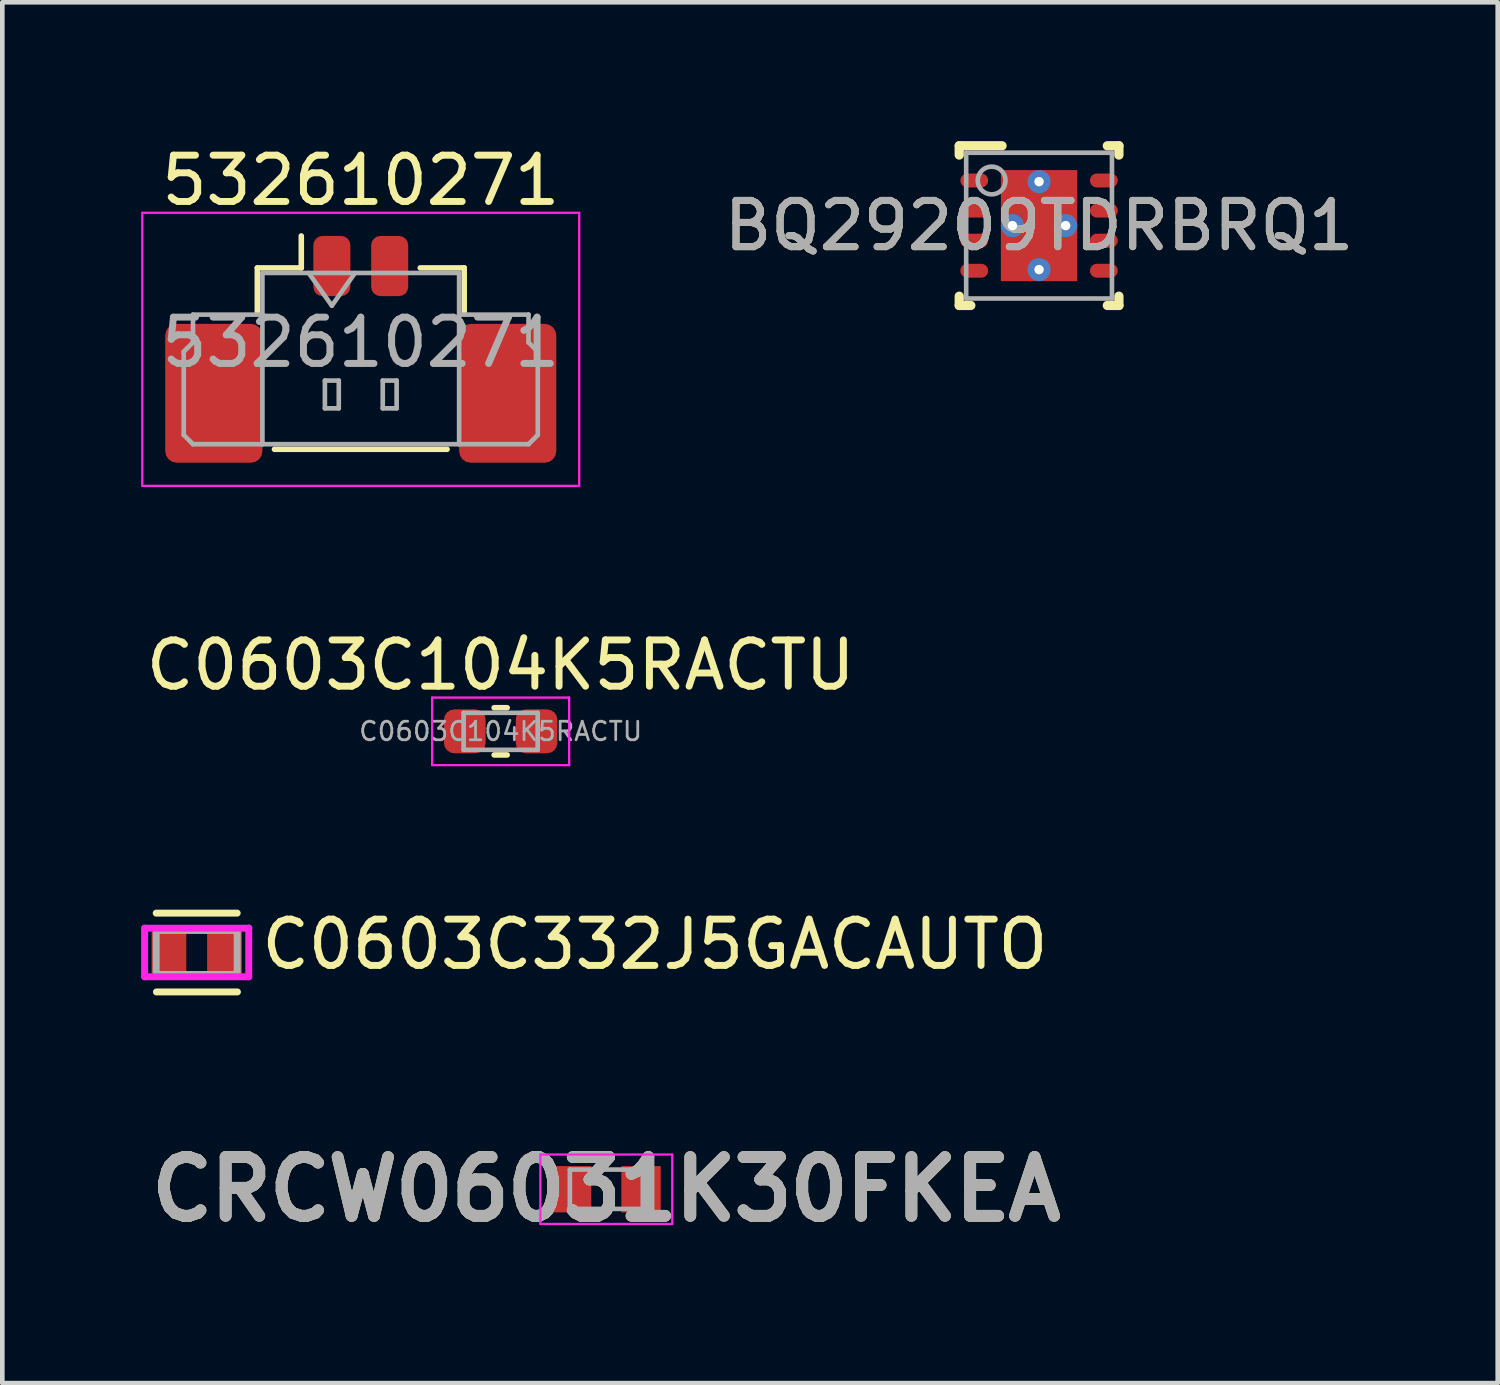
<source format=kicad_pcb>
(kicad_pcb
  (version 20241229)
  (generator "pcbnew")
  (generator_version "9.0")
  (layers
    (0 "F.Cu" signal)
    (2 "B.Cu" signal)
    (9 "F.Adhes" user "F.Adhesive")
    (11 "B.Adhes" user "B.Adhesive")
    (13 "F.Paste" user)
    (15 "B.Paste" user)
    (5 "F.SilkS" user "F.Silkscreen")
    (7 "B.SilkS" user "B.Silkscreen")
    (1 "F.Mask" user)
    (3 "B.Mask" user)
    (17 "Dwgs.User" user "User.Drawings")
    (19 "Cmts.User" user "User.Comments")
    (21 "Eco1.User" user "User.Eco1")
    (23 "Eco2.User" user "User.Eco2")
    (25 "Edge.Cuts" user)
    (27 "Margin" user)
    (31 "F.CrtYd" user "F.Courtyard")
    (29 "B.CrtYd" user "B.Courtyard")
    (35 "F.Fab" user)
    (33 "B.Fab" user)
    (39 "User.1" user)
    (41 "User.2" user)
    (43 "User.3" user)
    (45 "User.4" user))
  (footprint "C0603C104K5RACTU"
    (layer "F.Cu")
    (at 7.768 12.752)
    (property "Reference" "C0603C104K5RACTU" (at 0 -1.43 0) (layer "F.SilkS") (effects (font (size 1 1) (thickness 0.15))))
    (attr smd)
    (fp_line (start -0.141 -0.51) (end 0.141 -0.51) (stroke (width 0.12) (type solid)) (layer "F.SilkS"))
    (fp_line (start -0.141 0.51) (end 0.141 0.51) (stroke (width 0.12) (type solid)) (layer "F.SilkS"))
    (fp_line (start -1.48 -0.73) (end 1.48 -0.73) (stroke (width 0.05) (type solid)) (layer "F.CrtYd"))
    (fp_line (start -1.48 0.73) (end -1.48 -0.73) (stroke (width 0.05) (type solid)) (layer "F.CrtYd"))
    (fp_line (start 1.48 -0.73) (end 1.48 0.73) (stroke (width 0.05) (type solid)) (layer "F.CrtYd"))
    (fp_line (start 1.48 0.73) (end -1.48 0.73) (stroke (width 0.05) (type solid)) (layer "F.CrtYd"))
    (fp_line (start -0.8 -0.4) (end 0.8 -0.4) (stroke (width 0.1) (type solid)) (layer "F.Fab"))
    (fp_line (start -0.8 0.4) (end -0.8 -0.4) (stroke (width 0.1) (type solid)) (layer "F.Fab"))
    (fp_line (start 0.8 -0.4) (end 0.8 0.4) (stroke (width 0.1) (type solid)) (layer "F.Fab"))
    (fp_line (start 0.8 0.4) (end -0.8 0.4) (stroke (width 0.1) (type solid)) (layer "F.Fab"))
    (fp_text user "${REFERENCE}" (at 0 0 0) (layer "F.Fab") (effects (font (size 0.4 0.4) (thickness 0.06))))
    (pad "1" smd roundrect (at -0.775 0) (size 0.9 0.95) (layers "F.Cu" "F.Mask" "F.Paste") (roundrect_rratio 0.25))
    (pad "2" smd roundrect (at 0.775 0) (size 0.9 0.95) (layers "F.Cu" "F.Mask" "F.Paste") (roundrect_rratio 0.25)))
  (footprint "532610271"
    (layer "F.Cu")
    (at 4.745 3.948)
    (property "Reference" "532610271" (at 0 -3.1 0) (layer "F.SilkS") (effects (font (size 1 1) (thickness 0.15))))
    (attr smd)
    (fp_line (start -2.235 -1.21) (end -1.285 -1.21) (stroke (width 0.12) (type solid)) (layer "F.SilkS"))
    (fp_line (start -2.235 -0.26) (end -2.235 -1.21) (stroke (width 0.12) (type solid)) (layer "F.SilkS"))
    (fp_line (start -1.865 2.71) (end 1.865 2.71) (stroke (width 0.12) (type solid)) (layer "F.SilkS"))
    (fp_line (start -1.285 -1.21) (end -1.285 -1.9) (stroke (width 0.12) (type solid)) (layer "F.SilkS"))
    (fp_line (start 2.235 -1.21) (end 1.285 -1.21) (stroke (width 0.12) (type solid)) (layer "F.SilkS"))
    (fp_line (start 2.235 -0.26) (end 2.235 -1.21) (stroke (width 0.12) (type solid)) (layer "F.SilkS"))
    (fp_line (start -4.72 -2.4) (end -4.72 3.5) (stroke (width 0.05) (type solid)) (layer "F.CrtYd"))
    (fp_line (start -4.72 3.5) (end 4.72 3.5) (stroke (width 0.05) (type solid)) (layer "F.CrtYd"))
    (fp_line (start 4.72 -2.4) (end -4.72 -2.4) (stroke (width 0.05) (type solid)) (layer "F.CrtYd"))
    (fp_line (start 4.72 3.5) (end 4.72 -2.4) (stroke (width 0.05) (type solid)) (layer "F.CrtYd"))
    (fp_line (start -3.825 0.6) (end -3.625 0.4) (stroke (width 0.1) (type solid)) (layer "F.Fab"))
    (fp_line (start -3.825 2.4) (end -3.825 0.6) (stroke (width 0.1) (type solid)) (layer "F.Fab"))
    (fp_line (start -3.625 -0.2) (end -2.125 -0.2) (stroke (width 0.1) (type solid)) (layer "F.Fab"))
    (fp_line (start -3.625 0.4) (end -3.625 -0.2) (stroke (width 0.1) (type solid)) (layer "F.Fab"))
    (fp_line (start -3.625 2.6) (end -3.825 2.4) (stroke (width 0.1) (type solid)) (layer "F.Fab"))
    (fp_line (start -2.125 -1.1) (end -2.125 2.6) (stroke (width 0.1) (type solid)) (layer "F.Fab"))
    (fp_line (start -2.125 -1.1) (end 2.125 -1.1) (stroke (width 0.1) (type solid)) (layer "F.Fab"))
    (fp_line (start -2.125 2.6) (end -3.625 2.6) (stroke (width 0.1) (type solid)) (layer "F.Fab"))
    (fp_line (start -2.125 2.6) (end 2.125 2.6) (stroke (width 0.1) (type solid)) (layer "F.Fab"))
    (fp_line (start -1.125 -1.1) (end -0.625 -0.393) (stroke (width 0.1) (type solid)) (layer "F.Fab"))
    (fp_line (start -0.775 1.225) (end -0.775 1.825) (stroke (width 0.1) (type solid)) (layer "F.Fab"))
    (fp_line (start -0.775 1.825) (end -0.475 1.825) (stroke (width 0.1) (type solid)) (layer "F.Fab"))
    (fp_line (start -0.625 -0.393) (end -0.125 -1.1) (stroke (width 0.1) (type solid)) (layer "F.Fab"))
    (fp_line (start -0.475 1.225) (end -0.775 1.225) (stroke (width 0.1) (type solid)) (layer "F.Fab"))
    (fp_line (start -0.475 1.825) (end -0.475 1.225) (stroke (width 0.1) (type solid)) (layer "F.Fab"))
    (fp_line (start 0.475 1.225) (end 0.475 1.825) (stroke (width 0.1) (type solid)) (layer "F.Fab"))
    (fp_line (start 0.475 1.825) (end 0.775 1.825) (stroke (width 0.1) (type solid)) (layer "F.Fab"))
    (fp_line (start 0.775 1.225) (end 0.475 1.225) (stroke (width 0.1) (type solid)) (layer "F.Fab"))
    (fp_line (start 0.775 1.825) (end 0.775 1.225) (stroke (width 0.1) (type solid)) (layer "F.Fab"))
    (fp_line (start 2.125 -1.1) (end 2.125 2.6) (stroke (width 0.1) (type solid)) (layer "F.Fab"))
    (fp_line (start 2.125 2.6) (end 3.625 2.6) (stroke (width 0.1) (type solid)) (layer "F.Fab"))
    (fp_line (start 3.625 -0.2) (end 2.125 -0.2) (stroke (width 0.1) (type solid)) (layer "F.Fab"))
    (fp_line (start 3.625 0.4) (end 3.625 -0.2) (stroke (width 0.1) (type solid)) (layer "F.Fab"))
    (fp_line (start 3.625 2.6) (end 3.825 2.4) (stroke (width 0.1) (type solid)) (layer "F.Fab"))
    (fp_line (start 3.825 0.6) (end 3.625 0.4) (stroke (width 0.1) (type solid)) (layer "F.Fab"))
    (fp_line (start 3.825 2.4) (end 3.825 0.6) (stroke (width 0.1) (type solid)) (layer "F.Fab"))
    (fp_text user "${REFERENCE}" (at 0 0.4 0) (layer "F.Fab") (effects (font (size 1 1) (thickness 0.15))))
    (pad "1" smd roundrect (at -0.625 -1.25) (size 0.8 1.3) (layers "F.Cu" "F.Mask" "F.Paste") (roundrect_rratio 0.25))
    (pad "2" smd roundrect (at 0.625 -1.25) (size 0.8 1.3) (layers "F.Cu" "F.Mask" "F.Paste") (roundrect_rratio 0.25))
    (pad "3" smd roundrect (at -3.175 1.5) (size 2.1 3) (layers "F.Cu" "F.Mask" "F.Paste") (roundrect_rratio 0.119))
    (pad "4" smd roundrect (at 3.175 1.5) (size 2.1 3) (layers "F.Cu" "F.Mask" "F.Paste") (roundrect_rratio 0.119)))
  (footprint "BQ29209TDRBRQ1"
    (layer "F.Cu")
    (at 19.401 1.825)
    (property "Reference" "BQ29209TDRBRQ1" (at 0 0 0) (unlocked yes) (layer "F.SilkS") (effects (font (size 1 1) (thickness 0.15))))
    (attr smd)
    (fp_line (start -1.725 1.725) (end -1.725 1.525) (stroke (width 0.2) (type solid)) (layer "F.SilkS"))
    (fp_line (start -1.725 -1.725) (end -0.8 -1.725) (stroke (width 0.2) (type solid)) (layer "F.SilkS"))
    (fp_line (start -1.725 -1.525) (end -1.725 -1.725) (stroke (width 0.2) (type solid)) (layer "F.SilkS"))
    (fp_line (start -1.725 1.725) (end -1.475 1.725) (stroke (width 0.2) (type solid)) (layer "F.SilkS"))
    (fp_line (start 1.475 -1.725) (end 1.725 -1.725) (stroke (width 0.2) (type solid)) (layer "F.SilkS"))
    (fp_line (start 1.475 1.725) (end 1.725 1.725) (stroke (width 0.2) (type solid)) (layer "F.SilkS"))
    (fp_line (start 1.725 -1.525) (end 1.725 -1.725) (stroke (width 0.2) (type solid)) (layer "F.SilkS"))
    (fp_line (start 1.725 1.725) (end 1.725 1.525) (stroke (width 0.2) (type solid)) (layer "F.SilkS"))
    (fp_poly (pts (xy -0.751 -0.1) (xy 0.752 -0.1) (xy 0.752 -1.143) (xy -0.751 -1.143)) (stroke (width 0) (type solid)) (fill yes) (layer "F.Paste"))
    (fp_poly (pts (xy -0.751 1.143) (xy 0.752 1.143) (xy 0.752 0.1) (xy -0.751 0.1)) (stroke (width 0) (type solid)) (fill yes) (layer "F.Paste"))
    (fp_line (start -1.575 -1.575) (end 1.575 -1.575) (stroke (width 0.1) (type solid)) (layer "F.Fab"))
    (fp_line (start -1.575 1.575) (end -1.575 -1.575) (stroke (width 0.1) (type solid)) (layer "F.Fab"))
    (fp_line (start -1.575 1.575) (end 1.575 1.575) (stroke (width 0.1) (type solid)) (layer "F.Fab"))
    (fp_line (start 1.575 1.575) (end 1.575 -1.575) (stroke (width 0.1) (type solid)) (layer "F.Fab"))
    (fp_circle (center -1.025 -0.975) (end -0.725 -0.975) (stroke (width 0.1) (type solid)) (fill no) (layer "F.Fab"))
    (fp_text user "${REFERENCE}" (at 0 0 0) (unlocked yes) (layer "F.Fab") (effects (font (size 1 1) (thickness 0.15))))
    (pad "1" smd oval (at -1.4 -0.975 90) (size 0.3 0.6) (layers "F.Cu" "F.Mask" "F.Paste"))
    (pad "2" smd oval (at -1.4 -0.325 90) (size 0.3 0.6) (layers "F.Cu" "F.Mask" "F.Paste"))
    (pad "3" smd oval (at -1.4 0.325 90) (size 0.3 0.6) (layers "F.Cu" "F.Mask" "F.Paste"))
    (pad "4" smd oval (at -1.4 0.975 90) (size 0.3 0.6) (layers "F.Cu" "F.Mask" "F.Paste"))
    (pad "5" smd oval (at 1.4 0.975 90) (size 0.3 0.6) (layers "F.Cu" "F.Mask" "F.Paste"))
    (pad "6" smd oval (at 1.4 0.325 90) (size 0.3 0.6) (layers "F.Cu" "F.Mask" "F.Paste"))
    (pad "7" smd oval (at 1.4 -0.325 90) (size 0.3 0.6) (layers "F.Cu" "F.Mask" "F.Paste"))
    (pad "8" smd oval (at 1.4 -0.975 90) (size 0.3 0.6) (layers "F.Cu" "F.Mask" "F.Paste"))
    (pad "9" smd rect (at 0.000003 0) (size 1.65 2.4) (layers "F.Cu" "F.Mask"))
    (pad "V" thru_hole circle (at -0.575 0) (size 0.5 0.5) (drill 0.203) (layers "*.Cu" "*.Mask"))
    (pad "V" thru_hole circle (at 0 -0.95) (size 0.5 0.5) (drill 0.203) (layers "*.Cu" "*.Mask"))
    (pad "V" thru_hole circle (at 0 0.95) (size 0.5 0.5) (drill 0.203) (layers "*.Cu" "*.Mask"))
    (pad "V" thru_hole circle (at 0.575 0) (size 0.5 0.5) (drill 0.203) (layers "*.Cu" "*.Mask")))
  (footprint "C0603C332J5GACAUTO"
    (layer "F.Cu")
    (at 1.2 17.53)
    (property "Reference" "C0603C332J5GACAUTO" (at 1.325 -0.175 0) (layer "F.SilkS") (effects (font (size 1 1) (thickness 0.15)) (justify left)))
    (attr through_hole)
    (fp_line (start -0.875 -0.85) (end 0.875 -0.85) (stroke (width 0.15) (type solid)) (layer "F.SilkS"))
    (fp_line (start -0.87 0.853) (end 0.88 0.853) (stroke (width 0.15) (type solid)) (layer "F.SilkS"))
    (fp_line (start -1.125 -0.525) (end -1.125 0.525) (stroke (width 0.15) (type solid)) (layer "F.CrtYd"))
    (fp_line (start -1.125 0.525) (end 1.125 0.525) (stroke (width 0.15) (type solid)) (layer "F.CrtYd"))
    (fp_line (start 1.125 -0.525) (end -1.125 -0.525) (stroke (width 0.15) (type solid)) (layer "F.CrtYd"))
    (fp_line (start 1.125 -0.525) (end 1.125 -0.525) (stroke (width 0.15) (type solid)) (layer "F.CrtYd"))
    (fp_line (start 1.125 0.525) (end 1.125 -0.525) (stroke (width 0.15) (type solid)) (layer "F.CrtYd"))
    (fp_line (start -0.875 -0.475) (end 0.875 -0.475) (stroke (width 0.15) (type solid)) (layer "F.Fab"))
    (fp_line (start -0.875 0.475) (end -0.875 -0.475) (stroke (width 0.15) (type solid)) (layer "F.Fab"))
    (fp_line (start 0.875 -0.475) (end 0.875 0.475) (stroke (width 0.15) (type solid)) (layer "F.Fab"))
    (fp_line (start 0.875 0.475) (end -0.875 0.475) (stroke (width 0.15) (type solid)) (layer "F.Fab"))
    (pad "1" smd rect (at -0.6 0) (size 0.75 0.9) (layers "F.Cu" "F.Mask" "F.Paste"))
    (pad "2" smd rect (at 0.6 0) (size 0.75 0.9) (layers "F.Cu" "F.Mask" "F.Paste")))
  (footprint "CRCW06031K30FKEA"
    (layer "F.Cu")
    (at 10.051 22.646)
    (property "Reference" "CRCW06031K30FKEA" (at 0 0 0) (layer "F.SilkS") (effects (font (size 1.27 1.27) (thickness 0.254))))
    (attr smd)
    (fp_line (start -1.425 -0.75) (end 1.425 -0.75) (stroke (width 0.05) (type solid)) (layer "F.CrtYd"))
    (fp_line (start -1.425 0.75) (end -1.425 -0.75) (stroke (width 0.05) (type solid)) (layer "F.CrtYd"))
    (fp_line (start 1.425 -0.75) (end 1.425 0.75) (stroke (width 0.05) (type solid)) (layer "F.CrtYd"))
    (fp_line (start 1.425 0.75) (end -1.425 0.75) (stroke (width 0.05) (type solid)) (layer "F.CrtYd"))
    (fp_line (start -0.788 -0.425) (end 0.788 -0.425) (stroke (width 0.1) (type solid)) (layer "F.Fab"))
    (fp_line (start -0.788 0.425) (end -0.788 -0.425) (stroke (width 0.1) (type solid)) (layer "F.Fab"))
    (fp_line (start 0.788 -0.425) (end 0.788 0.425) (stroke (width 0.1) (type solid)) (layer "F.Fab"))
    (fp_line (start 0.788 0.425) (end -0.788 0.425) (stroke (width 0.1) (type solid)) (layer "F.Fab"))
    (fp_text user "${REFERENCE}" (at 0 0 0) (layer "F.Fab") (effects (font (size 1.27 1.27) (thickness 0.254))))
    (pad "1" smd rect (at -0.75 0) (size 0.85 1) (layers "F.Cu" "F.Mask" "F.Paste"))
    (pad "2" smd rect (at 0.75 0) (size 0.85 1) (layers "F.Cu" "F.Mask" "F.Paste")))
  (gr_rect
    (start -3 -3)
    (end 29.311 26.835)
    (stroke (width 0.1) (type default))
    (fill no)
    (layer "Edge.Cuts")))
</source>
